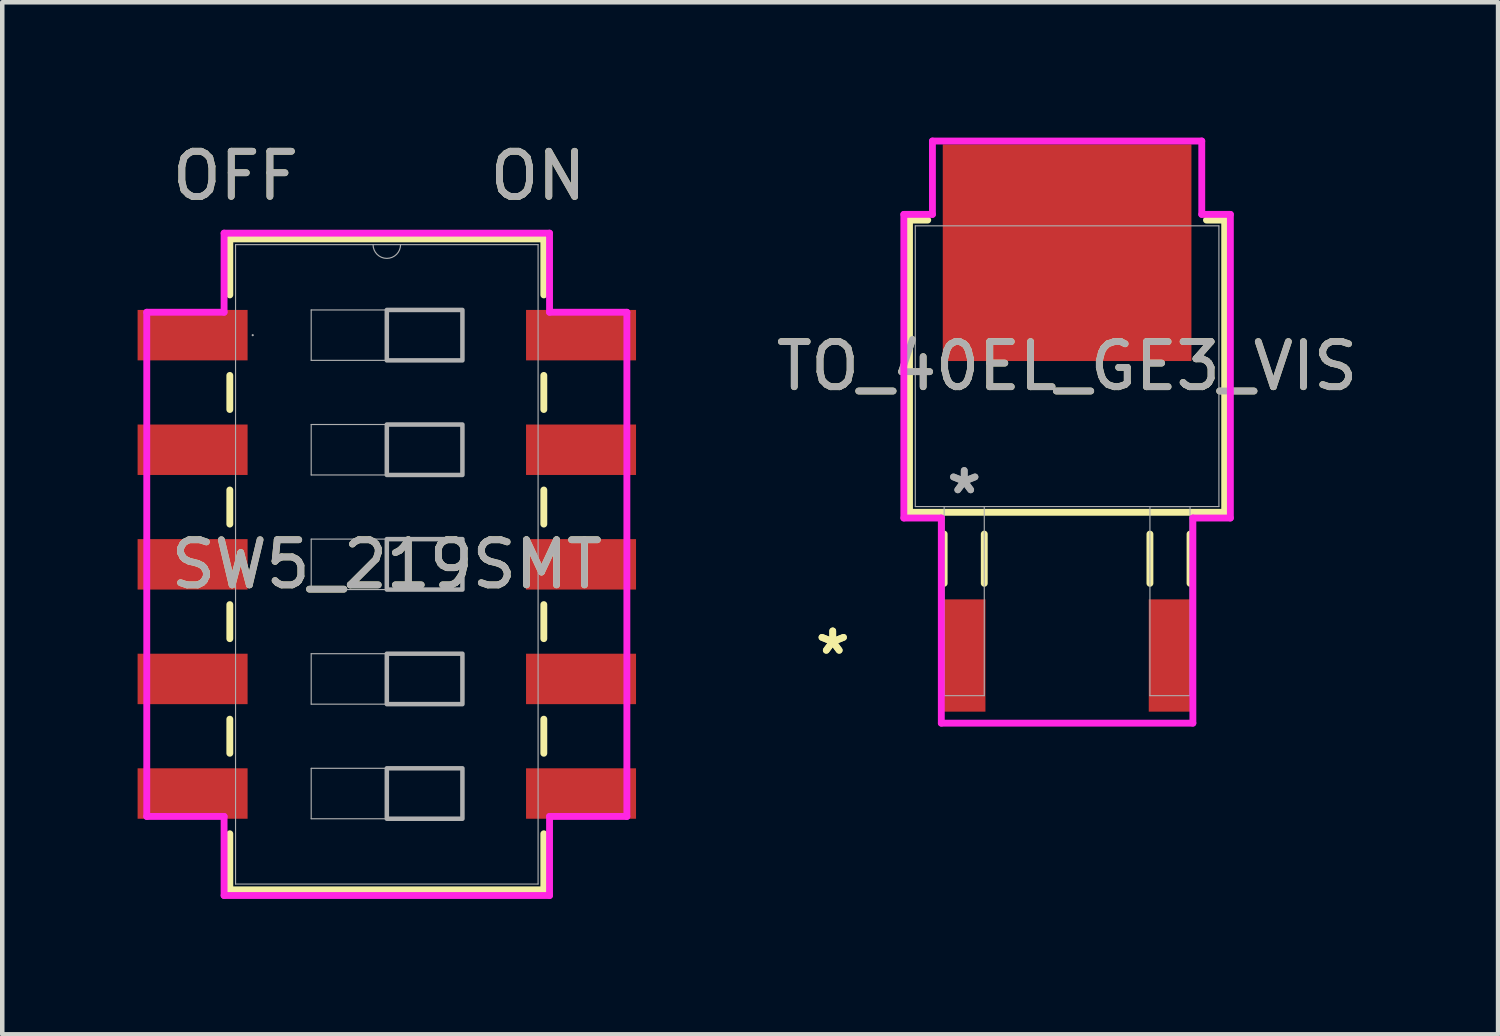
<source format=kicad_pcb>
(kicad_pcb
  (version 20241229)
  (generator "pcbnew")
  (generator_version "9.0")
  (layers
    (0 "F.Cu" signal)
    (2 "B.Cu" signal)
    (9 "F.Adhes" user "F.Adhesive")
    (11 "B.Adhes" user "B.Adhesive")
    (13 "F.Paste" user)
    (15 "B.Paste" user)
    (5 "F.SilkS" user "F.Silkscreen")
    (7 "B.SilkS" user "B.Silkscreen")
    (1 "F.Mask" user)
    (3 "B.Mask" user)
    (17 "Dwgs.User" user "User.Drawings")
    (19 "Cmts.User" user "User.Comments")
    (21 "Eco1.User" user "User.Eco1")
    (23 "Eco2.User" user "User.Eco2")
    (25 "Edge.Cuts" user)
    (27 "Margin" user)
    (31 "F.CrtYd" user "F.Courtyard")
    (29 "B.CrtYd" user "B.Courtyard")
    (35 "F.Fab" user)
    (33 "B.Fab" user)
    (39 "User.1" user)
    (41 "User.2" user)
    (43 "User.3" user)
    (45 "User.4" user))
  (footprint "SW5_219SMT"
    (layer "F.Cu")
    (at 5.524 9.459)
    (property "Reference" "SW5_219SMT" (at 0 0 0) (unlocked yes) (layer "F.SilkS") (effects (font (size 1 1) (thickness 0.15))))
    (attr smd)
    (fp_line (start -3.48 -7.214) (end -3.48 -5.972) (stroke (width 0.152) (type solid)) (layer "F.SilkS"))
    (fp_line (start -3.48 -4.188) (end -3.48 -3.432) (stroke (width 0.152) (type solid)) (layer "F.SilkS"))
    (fp_line (start -3.48 -1.648) (end -3.48 -0.892) (stroke (width 0.152) (type solid)) (layer "F.SilkS"))
    (fp_line (start -3.48 0.892) (end -3.48 1.648) (stroke (width 0.152) (type solid)) (layer "F.SilkS"))
    (fp_line (start -3.48 3.432) (end -3.48 4.188) (stroke (width 0.152) (type solid)) (layer "F.SilkS"))
    (fp_line (start -3.48 5.972) (end -3.48 7.214) (stroke (width 0.152) (type solid)) (layer "F.SilkS"))
    (fp_line (start -3.48 7.214) (end 3.48 7.214) (stroke (width 0.152) (type solid)) (layer "F.SilkS"))
    (fp_line (start 3.48 -7.214) (end -3.48 -7.214) (stroke (width 0.152) (type solid)) (layer "F.SilkS"))
    (fp_line (start 3.48 -5.972) (end 3.48 -7.214) (stroke (width 0.152) (type solid)) (layer "F.SilkS"))
    (fp_line (start 3.48 -3.432) (end 3.48 -4.188) (stroke (width 0.152) (type solid)) (layer "F.SilkS"))
    (fp_line (start 3.48 -0.892) (end 3.48 -1.648) (stroke (width 0.152) (type solid)) (layer "F.SilkS"))
    (fp_line (start 3.48 1.648) (end 3.48 0.892) (stroke (width 0.152) (type solid)) (layer "F.SilkS"))
    (fp_line (start 3.48 4.188) (end 3.48 3.432) (stroke (width 0.152) (type solid)) (layer "F.SilkS"))
    (fp_line (start 3.48 7.214) (end 3.48 5.972) (stroke (width 0.152) (type solid)) (layer "F.SilkS"))
    (fp_line (start -5.321 -5.588) (end -3.607 -5.588) (stroke (width 0.152) (type solid)) (layer "F.CrtYd"))
    (fp_line (start -5.321 5.588) (end -5.321 -5.588) (stroke (width 0.152) (type solid)) (layer "F.CrtYd"))
    (fp_line (start -3.607 -7.341) (end 3.607 -7.341) (stroke (width 0.152) (type solid)) (layer "F.CrtYd"))
    (fp_line (start -3.607 -5.588) (end -3.607 -7.341) (stroke (width 0.152) (type solid)) (layer "F.CrtYd"))
    (fp_line (start -3.607 5.588) (end -5.321 5.588) (stroke (width 0.152) (type solid)) (layer "F.CrtYd"))
    (fp_line (start -3.607 7.341) (end -3.607 5.588) (stroke (width 0.152) (type solid)) (layer "F.CrtYd"))
    (fp_line (start 3.607 -7.341) (end 3.607 -5.588) (stroke (width 0.152) (type solid)) (layer "F.CrtYd"))
    (fp_line (start 3.607 -5.588) (end 5.321 -5.588) (stroke (width 0.152) (type solid)) (layer "F.CrtYd"))
    (fp_line (start 3.607 5.588) (end 3.607 7.341) (stroke (width 0.152) (type solid)) (layer "F.CrtYd"))
    (fp_line (start 3.607 7.341) (end -3.607 7.341) (stroke (width 0.152) (type solid)) (layer "F.CrtYd"))
    (fp_line (start 5.321 -5.588) (end 5.321 5.588) (stroke (width 0.152) (type solid)) (layer "F.CrtYd"))
    (fp_line (start 5.321 5.588) (end 3.607 5.588) (stroke (width 0.152) (type solid)) (layer "F.CrtYd"))
    (fp_line (start -3.353 -7.087) (end -3.353 7.087) (stroke (width 0.025) (type solid)) (layer "F.Fab"))
    (fp_line (start -3.353 7.087) (end 3.353 7.087) (stroke (width 0.025) (type solid)) (layer "F.Fab"))
    (fp_line (start -1.676 -5.639) (end 1.676 -5.639) (stroke (width 0.025) (type solid)) (layer "F.Fab"))
    (fp_line (start -1.676 -4.521) (end -1.676 -5.639) (stroke (width 0.025) (type solid)) (layer "F.Fab"))
    (fp_line (start -1.676 -3.099) (end 1.676 -3.099) (stroke (width 0.025) (type solid)) (layer "F.Fab"))
    (fp_line (start -1.676 -1.981) (end -1.676 -3.099) (stroke (width 0.025) (type solid)) (layer "F.Fab"))
    (fp_line (start -1.676 -0.559) (end 1.676 -0.559) (stroke (width 0.025) (type solid)) (layer "F.Fab"))
    (fp_line (start -1.676 0.559) (end -1.676 -0.559) (stroke (width 0.025) (type solid)) (layer "F.Fab"))
    (fp_line (start -1.676 1.981) (end 1.676 1.981) (stroke (width 0.025) (type solid)) (layer "F.Fab"))
    (fp_line (start -1.676 3.099) (end -1.676 1.981) (stroke (width 0.025) (type solid)) (layer "F.Fab"))
    (fp_line (start -1.676 4.521) (end 1.676 4.521) (stroke (width 0.025) (type solid)) (layer "F.Fab"))
    (fp_line (start -1.676 5.639) (end -1.676 4.521) (stroke (width 0.025) (type solid)) (layer "F.Fab"))
    (fp_line (start 1.676 -5.639) (end 1.676 -4.521) (stroke (width 0.025) (type solid)) (layer "F.Fab"))
    (fp_line (start 1.676 -4.521) (end -1.676 -4.521) (stroke (width 0.025) (type solid)) (layer "F.Fab"))
    (fp_line (start 1.676 -3.099) (end 1.676 -1.981) (stroke (width 0.025) (type solid)) (layer "F.Fab"))
    (fp_line (start 1.676 -1.981) (end -1.676 -1.981) (stroke (width 0.025) (type solid)) (layer "F.Fab"))
    (fp_line (start 1.676 -0.559) (end 1.676 0.559) (stroke (width 0.025) (type solid)) (layer "F.Fab"))
    (fp_line (start 1.676 0.559) (end -1.676 0.559) (stroke (width 0.025) (type solid)) (layer "F.Fab"))
    (fp_line (start 1.676 1.981) (end 1.676 3.099) (stroke (width 0.025) (type solid)) (layer "F.Fab"))
    (fp_line (start 1.676 3.099) (end -1.676 3.099) (stroke (width 0.025) (type solid)) (layer "F.Fab"))
    (fp_line (start 1.676 4.521) (end 1.676 5.639) (stroke (width 0.025) (type solid)) (layer "F.Fab"))
    (fp_line (start 1.676 5.639) (end -1.676 5.639) (stroke (width 0.025) (type solid)) (layer "F.Fab"))
    (fp_line (start 3.353 -7.087) (end -3.353 -7.087) (stroke (width 0.025) (type solid)) (layer "F.Fab"))
    (fp_line (start 3.353 7.087) (end 3.353 -7.087) (stroke (width 0.025) (type solid)) (layer "F.Fab"))
    (fp_arc (start 0.3048 -7.0866) (mid 0 -6.7818) (end -0.3048 -7.0866) (stroke (width 0.0254) (type solid)) (layer "F.Fab"))
    (fp_circle (center -2.972 -5.08) (end -2.972 -5.08) (stroke (width 0.025) (type solid)) (fill no) (layer "F.Fab"))
    (fp_poly (pts (xy 0 -5.639) (xy 1.676 -5.639) (xy 1.676 -4.521) (xy 0 -4.521)) (stroke (width 0.1) (type solid)) (fill no) (layer "F.Fab"))
    (fp_poly (pts (xy 0 -3.099) (xy 1.676 -3.099) (xy 1.676 -1.981) (xy 0 -1.981)) (stroke (width 0.1) (type solid)) (fill no) (layer "F.Fab"))
    (fp_poly (pts (xy 0 -0.559) (xy 1.676 -0.559) (xy 1.676 0.559) (xy 0 0.559)) (stroke (width 0.1) (type solid)) (fill no) (layer "F.Fab"))
    (fp_poly (pts (xy 0 1.981) (xy 1.676 1.981) (xy 1.676 3.099) (xy 0 3.099)) (stroke (width 0.1) (type solid)) (fill no) (layer "F.Fab"))
    (fp_poly (pts (xy 0 4.521) (xy 1.676 4.521) (xy 1.676 5.639) (xy 0 5.639)) (stroke (width 0.1) (type solid)) (fill no) (layer "F.Fab"))
    (fp_text user "OFF" (at -3.353 -8.611 0) (unlocked yes) (layer "F.SilkS") (effects (font (size 1 1) (thickness 0.15))))
    (fp_text user "ON" (at 3.353 -8.611 0) (unlocked yes) (layer "F.SilkS") (effects (font (size 1 1) (thickness 0.15))))
    (fp_text user "OFF" (at -3.353 -8.611 0) (unlocked yes) (layer "F.Fab") (effects (font (size 1 1) (thickness 0.15))))
    (fp_text user "ON" (at 3.353 -8.611 0) (unlocked yes) (layer "F.Fab") (effects (font (size 1 1) (thickness 0.15))))
    (fp_text user "${REFERENCE}" (at 0 0 0) (unlocked yes) (layer "F.Fab") (effects (font (size 1 1) (thickness 0.15))))
    (pad "1" smd rect (at -4.305 -5.08) (size 2.438 1.118) (layers "F.Cu" "F.Mask" "F.Paste"))
    (pad "2" smd rect (at -4.305 -2.54) (size 2.438 1.118) (layers "F.Cu" "F.Mask" "F.Paste"))
    (pad "3" smd rect (at -4.305 0) (size 2.438 1.118) (layers "F.Cu" "F.Mask" "F.Paste"))
    (pad "4" smd rect (at -4.305 2.54) (size 2.438 1.118) (layers "F.Cu" "F.Mask" "F.Paste"))
    (pad "5" smd rect (at -4.305 5.08) (size 2.438 1.118) (layers "F.Cu" "F.Mask" "F.Paste"))
    (pad "6" smd rect (at 4.305 5.08) (size 2.438 1.118) (layers "F.Cu" "F.Mask" "F.Paste"))
    (pad "7" smd rect (at 4.305 2.54) (size 2.438 1.118) (layers "F.Cu" "F.Mask" "F.Paste"))
    (pad "8" smd rect (at 4.305 0) (size 2.438 1.118) (layers "F.Cu" "F.Mask" "F.Paste"))
    (pad "9" smd rect (at 4.305 -2.54) (size 2.438 1.118) (layers "F.Cu" "F.Mask" "F.Paste"))
    (pad "10" smd rect (at 4.305 -5.08) (size 2.438 1.118) (layers "F.Cu" "F.Mask" "F.Paste")))
  (footprint "TO_40EL_GE3_VIS"
    (layer "F.Cu")
    (at 20.603 5.067)
    (property "Reference" "TO_40EL_GE3_VIS" (at 0 0 0) (unlocked yes) (layer "F.SilkS") (effects (font (size 1 1) (thickness 0.15))))
    (attr smd)
    (fp_line (start -3.493 -3.239) (end -3.493 3.239) (stroke (width 0.152) (type solid)) (layer "F.SilkS"))
    (fp_line (start -3.493 3.239) (end 3.493 3.239) (stroke (width 0.152) (type solid)) (layer "F.SilkS"))
    (fp_line (start -3.089 -3.239) (end -3.493 -3.239) (stroke (width 0.152) (type solid)) (layer "F.SilkS"))
    (fp_line (start -2.725 3.721) (end -2.725 4.813) (stroke (width 0.152) (type solid)) (layer "F.SilkS"))
    (fp_line (start -1.836 3.721) (end -1.836 4.813) (stroke (width 0.152) (type solid)) (layer "F.SilkS"))
    (fp_line (start 1.836 3.721) (end 1.836 4.813) (stroke (width 0.152) (type solid)) (layer "F.SilkS"))
    (fp_line (start 2.725 3.721) (end 2.725 4.813) (stroke (width 0.152) (type solid)) (layer "F.SilkS"))
    (fp_line (start 3.493 -3.239) (end 3.089 -3.239) (stroke (width 0.152) (type solid)) (layer "F.SilkS"))
    (fp_line (start 3.493 3.239) (end 3.493 -3.239) (stroke (width 0.152) (type solid)) (layer "F.SilkS"))
    (fp_line (start -3.619 -3.365) (end -2.985 -3.365) (stroke (width 0.152) (type solid)) (layer "F.CrtYd"))
    (fp_line (start -3.619 3.365) (end -3.619 -3.365) (stroke (width 0.152) (type solid)) (layer "F.CrtYd"))
    (fp_line (start -2.985 -4.991) (end 2.985 -4.991) (stroke (width 0.152) (type solid)) (layer "F.CrtYd"))
    (fp_line (start -2.985 -3.365) (end -2.985 -4.991) (stroke (width 0.152) (type solid)) (layer "F.CrtYd"))
    (fp_line (start -2.788 3.365) (end -3.619 3.365) (stroke (width 0.152) (type solid)) (layer "F.CrtYd"))
    (fp_line (start -2.788 7.912) (end -2.788 3.365) (stroke (width 0.152) (type solid)) (layer "F.CrtYd"))
    (fp_line (start 2.788 3.365) (end 2.788 7.912) (stroke (width 0.152) (type solid)) (layer "F.CrtYd"))
    (fp_line (start 2.788 7.912) (end -2.788 7.912) (stroke (width 0.152) (type solid)) (layer "F.CrtYd"))
    (fp_line (start 2.985 -4.991) (end 2.985 -3.365) (stroke (width 0.152) (type solid)) (layer "F.CrtYd"))
    (fp_line (start 2.985 -3.365) (end 3.619 -3.365) (stroke (width 0.152) (type solid)) (layer "F.CrtYd"))
    (fp_line (start 3.619 -3.365) (end 3.619 3.365) (stroke (width 0.152) (type solid)) (layer "F.CrtYd"))
    (fp_line (start 3.619 3.365) (end 2.788 3.365) (stroke (width 0.152) (type solid)) (layer "F.CrtYd"))
    (fp_line (start -3.365 -3.111) (end -3.365 3.111) (stroke (width 0.025) (type solid)) (layer "F.Fab"))
    (fp_line (start -3.365 3.111) (end 3.365 3.111) (stroke (width 0.025) (type solid)) (layer "F.Fab"))
    (fp_line (start -2.725 3.111) (end -2.725 7.303) (stroke (width 0.025) (type solid)) (layer "F.Fab"))
    (fp_line (start -2.725 7.303) (end -1.836 7.303) (stroke (width 0.025) (type solid)) (layer "F.Fab"))
    (fp_line (start -1.836 3.111) (end -2.725 3.111) (stroke (width 0.025) (type solid)) (layer "F.Fab"))
    (fp_line (start -1.836 7.303) (end -1.836 3.111) (stroke (width 0.025) (type solid)) (layer "F.Fab"))
    (fp_line (start 1.836 3.111) (end 1.836 7.303) (stroke (width 0.025) (type solid)) (layer "F.Fab"))
    (fp_line (start 1.836 7.303) (end 2.725 7.303) (stroke (width 0.025) (type solid)) (layer "F.Fab"))
    (fp_line (start 2.725 3.111) (end 1.836 3.111) (stroke (width 0.025) (type solid)) (layer "F.Fab"))
    (fp_line (start 2.725 7.303) (end 2.725 3.111) (stroke (width 0.025) (type solid)) (layer "F.Fab"))
    (fp_line (start 3.365 -3.111) (end -3.365 -3.111) (stroke (width 0.025) (type solid)) (layer "F.Fab"))
    (fp_line (start 3.365 3.111) (end 3.365 -3.111) (stroke (width 0.025) (type solid)) (layer "F.Fab"))
    (fp_text user "*" (at -5.195 6.413 0) (unlocked yes) (layer "F.SilkS") (effects (font (size 1 1) (thickness 0.15))))
    (fp_text user "*" (at -5.195 6.413 0) (layer "F.SilkS") (effects (font (size 1 1) (thickness 0.15))))
    (fp_text user "*" (at -2.28 2.857 0) (layer "F.Fab") (effects (font (size 1 1) (thickness 0.15))))
    (fp_text user "${REFERENCE}" (at 0 0 0) (unlocked yes) (layer "F.Fab") (effects (font (size 1 1) (thickness 0.15))))
    (fp_text user "*" (at -2.28 2.857 0) (unlocked yes) (layer "F.Fab") (effects (font (size 1 1) (thickness 0.15))))
    (pad "1" smd rect (at -2.28 6.413) (size 0.94 2.489) (layers "F.Cu" "F.Mask" "F.Paste"))
    (pad "2" smd rect (at 2.28 6.413) (size 0.94 2.489) (layers "F.Cu" "F.Mask" "F.Paste"))
    (pad "3" smd rect (at 0 -2.515) (size 5.512 4.801) (layers "F.Cu" "F.Mask" "F.Paste")))
  (gr_rect
    (start -3 -3)
    (end 30.156 19.876)
    (stroke (width 0.1) (type default))
    (fill no)
    (layer "Edge.Cuts")))
</source>
